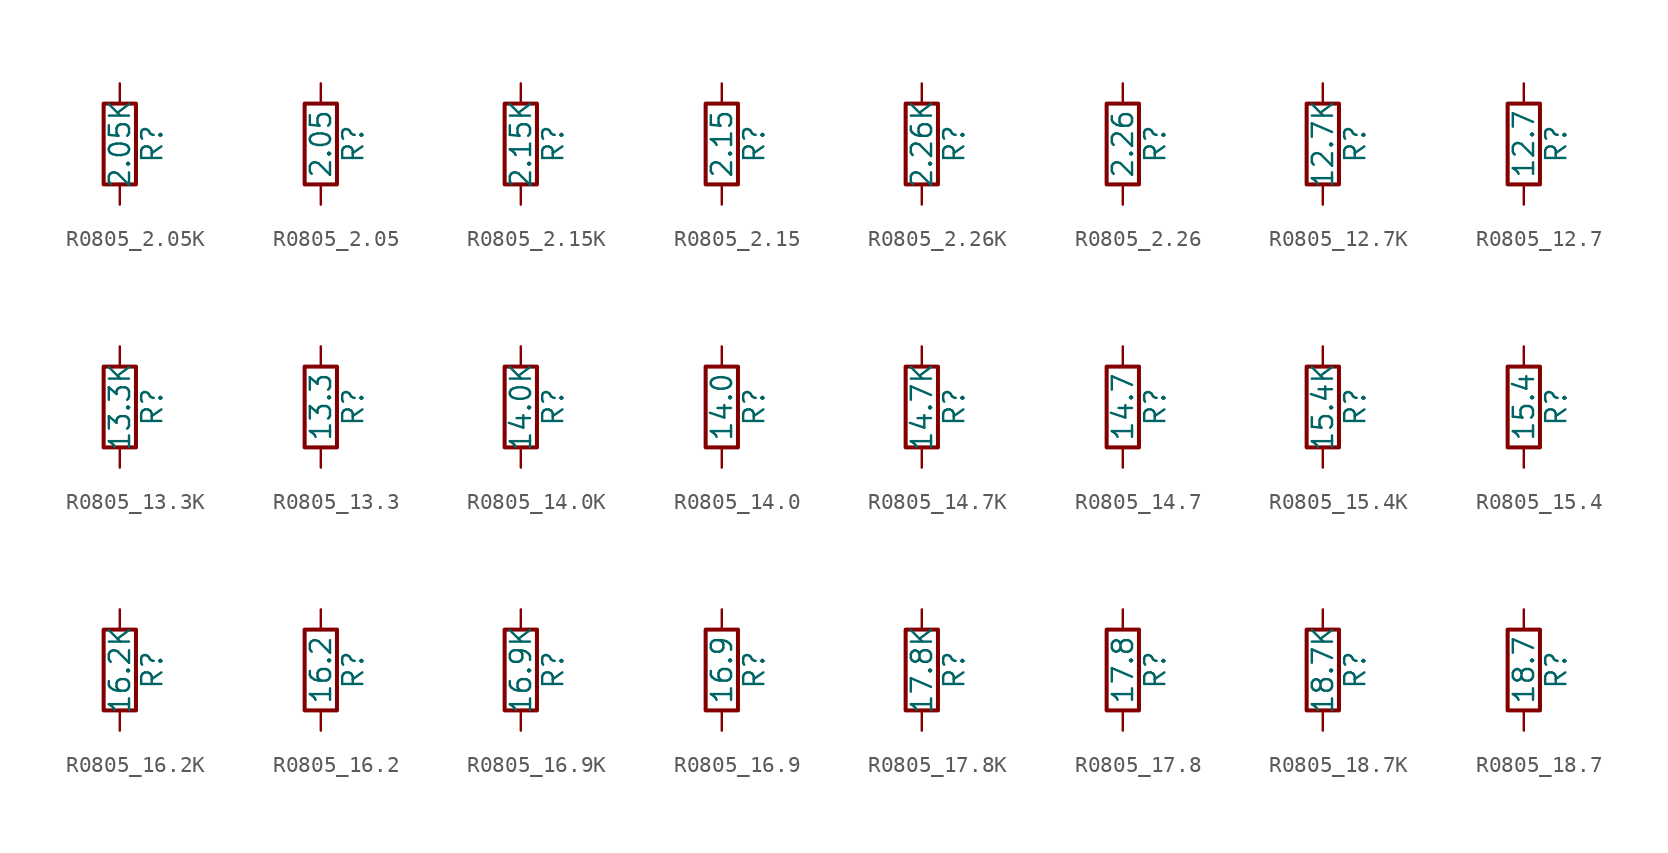
<source format=kicad_sym>
(kicad_symbol_lib
  (version 20211014)
  (generator atlantix-eda)
  (symbol "R0805_2.05K"
    (pin_numbers hide)
    (pin_names
      (offset 0))
    (property "Reference" "R"
      (at 2.032 0 90)
      (effects (font (size 1.27 1.27))))
    (property "Value" "2.05K"
      (at 0 0 90)
      (effects (font (size 1.27 1.27))))
    (symbol "R0805_2.05K_0_1"
      (rectangle (start -1.016 -2.54) (end 1.016 2.54) (stroke (width 0.254) (type default) (color 0 0 0 0)) (fill (type none))))
    (symbol "R0805_2.05K_1_1"
      (pin passive line (at 0 3.81 270) (length 1.27) (name "~" (effects (font (size 1.27 1.27)))) (number "1" (effects (font (size 1.27 1.27)))))
      (pin passive line (at 0 -3.81 90) (length 1.27) (name "~" (effects (font (size 1.27 1.27)))) (number "2" (effects (font (size 1.27 1.27)))))))
  (symbol "R0805_2.05"
    (pin_numbers hide)
    (pin_names
      (offset 0))
    (property "Reference" "R"
      (at 2.032 0 90)
      (effects (font (size 1.27 1.27))))
    (property "Value" "2.05"
      (at 0 0 90)
      (effects (font (size 1.27 1.27))))
    (symbol "R0805_2.05_0_1"
      (rectangle (start -1.016 -2.54) (end 1.016 2.54) (stroke (width 0.254) (type default) (color 0 0 0 0)) (fill (type none))))
    (symbol "R0805_2.05_1_1"
      (pin passive line (at 0 3.81 270) (length 1.27) (name "~" (effects (font (size 1.27 1.27)))) (number "1" (effects (font (size 1.27 1.27)))))
      (pin passive line (at 0 -3.81 90) (length 1.27) (name "~" (effects (font (size 1.27 1.27)))) (number "2" (effects (font (size 1.27 1.27)))))))
  (symbol "R0805_2.15K"
    (pin_numbers hide)
    (pin_names
      (offset 0))
    (property "Reference" "R"
      (at 2.032 0 90)
      (effects (font (size 1.27 1.27))))
    (property "Value" "2.15K"
      (at 0 0 90)
      (effects (font (size 1.27 1.27))))
    (symbol "R0805_2.15K_0_1"
      (rectangle (start -1.016 -2.54) (end 1.016 2.54) (stroke (width 0.254) (type default) (color 0 0 0 0)) (fill (type none))))
    (symbol "R0805_2.15K_1_1"
      (pin passive line (at 0 3.81 270) (length 1.27) (name "~" (effects (font (size 1.27 1.27)))) (number "1" (effects (font (size 1.27 1.27)))))
      (pin passive line (at 0 -3.81 90) (length 1.27) (name "~" (effects (font (size 1.27 1.27)))) (number "2" (effects (font (size 1.27 1.27)))))))
  (symbol "R0805_2.15"
    (pin_numbers hide)
    (pin_names
      (offset 0))
    (property "Reference" "R"
      (at 2.032 0 90)
      (effects (font (size 1.27 1.27))))
    (property "Value" "2.15"
      (at 0 0 90)
      (effects (font (size 1.27 1.27))))
    (symbol "R0805_2.15_0_1"
      (rectangle (start -1.016 -2.54) (end 1.016 2.54) (stroke (width 0.254) (type default) (color 0 0 0 0)) (fill (type none))))
    (symbol "R0805_2.15_1_1"
      (pin passive line (at 0 3.81 270) (length 1.27) (name "~" (effects (font (size 1.27 1.27)))) (number "1" (effects (font (size 1.27 1.27)))))
      (pin passive line (at 0 -3.81 90) (length 1.27) (name "~" (effects (font (size 1.27 1.27)))) (number "2" (effects (font (size 1.27 1.27)))))))
  (symbol "R0805_2.26K"
    (pin_numbers hide)
    (pin_names
      (offset 0))
    (property "Reference" "R"
      (at 2.032 0 90)
      (effects (font (size 1.27 1.27))))
    (property "Value" "2.26K"
      (at 0 0 90)
      (effects (font (size 1.27 1.27))))
    (symbol "R0805_2.26K_0_1"
      (rectangle (start -1.016 -2.54) (end 1.016 2.54) (stroke (width 0.254) (type default) (color 0 0 0 0)) (fill (type none))))
    (symbol "R0805_2.26K_1_1"
      (pin passive line (at 0 3.81 270) (length 1.27) (name "~" (effects (font (size 1.27 1.27)))) (number "1" (effects (font (size 1.27 1.27)))))
      (pin passive line (at 0 -3.81 90) (length 1.27) (name "~" (effects (font (size 1.27 1.27)))) (number "2" (effects (font (size 1.27 1.27)))))))
  (symbol "R0805_2.26"
    (pin_numbers hide)
    (pin_names
      (offset 0))
    (property "Reference" "R"
      (at 2.032 0 90)
      (effects (font (size 1.27 1.27))))
    (property "Value" "2.26"
      (at 0 0 90)
      (effects (font (size 1.27 1.27))))
    (symbol "R0805_2.26_0_1"
      (rectangle (start -1.016 -2.54) (end 1.016 2.54) (stroke (width 0.254) (type default) (color 0 0 0 0)) (fill (type none))))
    (symbol "R0805_2.26_1_1"
      (pin passive line (at 0 3.81 270) (length 1.27) (name "~" (effects (font (size 1.27 1.27)))) (number "1" (effects (font (size 1.27 1.27)))))
      (pin passive line (at 0 -3.81 90) (length 1.27) (name "~" (effects (font (size 1.27 1.27)))) (number "2" (effects (font (size 1.27 1.27)))))))
  (symbol "R0805_12.7K"
    (pin_numbers hide)
    (pin_names
      (offset 0))
    (property "Reference" "R"
      (at 2.032 0 90)
      (effects (font (size 1.27 1.27))))
    (property "Value" "12.7K"
      (at 0 0 90)
      (effects (font (size 1.27 1.27))))
    (symbol "R0805_12.7K_0_1"
      (rectangle (start -1.016 -2.54) (end 1.016 2.54) (stroke (width 0.254) (type default) (color 0 0 0 0)) (fill (type none))))
    (symbol "R0805_12.7K_1_1"
      (pin passive line (at 0 3.81 270) (length 1.27) (name "~" (effects (font (size 1.27 1.27)))) (number "1" (effects (font (size 1.27 1.27)))))
      (pin passive line (at 0 -3.81 90) (length 1.27) (name "~" (effects (font (size 1.27 1.27)))) (number "2" (effects (font (size 1.27 1.27)))))))
  (symbol "R0805_12.7"
    (pin_numbers hide)
    (pin_names
      (offset 0))
    (property "Reference" "R"
      (at 2.032 0 90)
      (effects (font (size 1.27 1.27))))
    (property "Value" "12.7"
      (at 0 0 90)
      (effects (font (size 1.27 1.27))))
    (symbol "R0805_12.7_0_1"
      (rectangle (start -1.016 -2.54) (end 1.016 2.54) (stroke (width 0.254) (type default) (color 0 0 0 0)) (fill (type none))))
    (symbol "R0805_12.7_1_1"
      (pin passive line (at 0 3.81 270) (length 1.27) (name "~" (effects (font (size 1.27 1.27)))) (number "1" (effects (font (size 1.27 1.27)))))
      (pin passive line (at 0 -3.81 90) (length 1.27) (name "~" (effects (font (size 1.27 1.27)))) (number "2" (effects (font (size 1.27 1.27)))))))
  (symbol "R0805_13.3K"
    (pin_numbers hide)
    (pin_names
      (offset 0))
    (property "Reference" "R"
      (at 2.032 0 90)
      (effects (font (size 1.27 1.27))))
    (property "Value" "13.3K"
      (at 0 0 90)
      (effects (font (size 1.27 1.27))))
    (symbol "R0805_13.3K_0_1"
      (rectangle (start -1.016 -2.54) (end 1.016 2.54) (stroke (width 0.254) (type default) (color 0 0 0 0)) (fill (type none))))
    (symbol "R0805_13.3K_1_1"
      (pin passive line (at 0 3.81 270) (length 1.27) (name "~" (effects (font (size 1.27 1.27)))) (number "1" (effects (font (size 1.27 1.27)))))
      (pin passive line (at 0 -3.81 90) (length 1.27) (name "~" (effects (font (size 1.27 1.27)))) (number "2" (effects (font (size 1.27 1.27)))))))
  (symbol "R0805_13.3"
    (pin_numbers hide)
    (pin_names
      (offset 0))
    (property "Reference" "R"
      (at 2.032 0 90)
      (effects (font (size 1.27 1.27))))
    (property "Value" "13.3"
      (at 0 0 90)
      (effects (font (size 1.27 1.27))))
    (symbol "R0805_13.3_0_1"
      (rectangle (start -1.016 -2.54) (end 1.016 2.54) (stroke (width 0.254) (type default) (color 0 0 0 0)) (fill (type none))))
    (symbol "R0805_13.3_1_1"
      (pin passive line (at 0 3.81 270) (length 1.27) (name "~" (effects (font (size 1.27 1.27)))) (number "1" (effects (font (size 1.27 1.27)))))
      (pin passive line (at 0 -3.81 90) (length 1.27) (name "~" (effects (font (size 1.27 1.27)))) (number "2" (effects (font (size 1.27 1.27)))))))
  (symbol "R0805_14.0K"
    (pin_numbers hide)
    (pin_names
      (offset 0))
    (property "Reference" "R"
      (at 2.032 0 90)
      (effects (font (size 1.27 1.27))))
    (property "Value" "14.0K"
      (at 0 0 90)
      (effects (font (size 1.27 1.27))))
    (symbol "R0805_14.0K_0_1"
      (rectangle (start -1.016 -2.54) (end 1.016 2.54) (stroke (width 0.254) (type default) (color 0 0 0 0)) (fill (type none))))
    (symbol "R0805_14.0K_1_1"
      (pin passive line (at 0 3.81 270) (length 1.27) (name "~" (effects (font (size 1.27 1.27)))) (number "1" (effects (font (size 1.27 1.27)))))
      (pin passive line (at 0 -3.81 90) (length 1.27) (name "~" (effects (font (size 1.27 1.27)))) (number "2" (effects (font (size 1.27 1.27)))))))
  (symbol "R0805_14.0"
    (pin_numbers hide)
    (pin_names
      (offset 0))
    (property "Reference" "R"
      (at 2.032 0 90)
      (effects (font (size 1.27 1.27))))
    (property "Value" "14.0"
      (at 0 0 90)
      (effects (font (size 1.27 1.27))))
    (symbol "R0805_14.0_0_1"
      (rectangle (start -1.016 -2.54) (end 1.016 2.54) (stroke (width 0.254) (type default) (color 0 0 0 0)) (fill (type none))))
    (symbol "R0805_14.0_1_1"
      (pin passive line (at 0 3.81 270) (length 1.27) (name "~" (effects (font (size 1.27 1.27)))) (number "1" (effects (font (size 1.27 1.27)))))
      (pin passive line (at 0 -3.81 90) (length 1.27) (name "~" (effects (font (size 1.27 1.27)))) (number "2" (effects (font (size 1.27 1.27)))))))
  (symbol "R0805_14.7K"
    (pin_numbers hide)
    (pin_names
      (offset 0))
    (property "Reference" "R"
      (at 2.032 0 90)
      (effects (font (size 1.27 1.27))))
    (property "Value" "14.7K"
      (at 0 0 90)
      (effects (font (size 1.27 1.27))))
    (symbol "R0805_14.7K_0_1"
      (rectangle (start -1.016 -2.54) (end 1.016 2.54) (stroke (width 0.254) (type default) (color 0 0 0 0)) (fill (type none))))
    (symbol "R0805_14.7K_1_1"
      (pin passive line (at 0 3.81 270) (length 1.27) (name "~" (effects (font (size 1.27 1.27)))) (number "1" (effects (font (size 1.27 1.27)))))
      (pin passive line (at 0 -3.81 90) (length 1.27) (name "~" (effects (font (size 1.27 1.27)))) (number "2" (effects (font (size 1.27 1.27)))))))
  (symbol "R0805_14.7"
    (pin_numbers hide)
    (pin_names
      (offset 0))
    (property "Reference" "R"
      (at 2.032 0 90)
      (effects (font (size 1.27 1.27))))
    (property "Value" "14.7"
      (at 0 0 90)
      (effects (font (size 1.27 1.27))))
    (symbol "R0805_14.7_0_1"
      (rectangle (start -1.016 -2.54) (end 1.016 2.54) (stroke (width 0.254) (type default) (color 0 0 0 0)) (fill (type none))))
    (symbol "R0805_14.7_1_1"
      (pin passive line (at 0 3.81 270) (length 1.27) (name "~" (effects (font (size 1.27 1.27)))) (number "1" (effects (font (size 1.27 1.27)))))
      (pin passive line (at 0 -3.81 90) (length 1.27) (name "~" (effects (font (size 1.27 1.27)))) (number "2" (effects (font (size 1.27 1.27)))))))
  (symbol "R0805_15.4K"
    (pin_numbers hide)
    (pin_names
      (offset 0))
    (property "Reference" "R"
      (at 2.032 0 90)
      (effects (font (size 1.27 1.27))))
    (property "Value" "15.4K"
      (at 0 0 90)
      (effects (font (size 1.27 1.27))))
    (symbol "R0805_15.4K_0_1"
      (rectangle (start -1.016 -2.54) (end 1.016 2.54) (stroke (width 0.254) (type default) (color 0 0 0 0)) (fill (type none))))
    (symbol "R0805_15.4K_1_1"
      (pin passive line (at 0 3.81 270) (length 1.27) (name "~" (effects (font (size 1.27 1.27)))) (number "1" (effects (font (size 1.27 1.27)))))
      (pin passive line (at 0 -3.81 90) (length 1.27) (name "~" (effects (font (size 1.27 1.27)))) (number "2" (effects (font (size 1.27 1.27)))))))
  (symbol "R0805_15.4"
    (pin_numbers hide)
    (pin_names
      (offset 0))
    (property "Reference" "R"
      (at 2.032 0 90)
      (effects (font (size 1.27 1.27))))
    (property "Value" "15.4"
      (at 0 0 90)
      (effects (font (size 1.27 1.27))))
    (symbol "R0805_15.4_0_1"
      (rectangle (start -1.016 -2.54) (end 1.016 2.54) (stroke (width 0.254) (type default) (color 0 0 0 0)) (fill (type none))))
    (symbol "R0805_15.4_1_1"
      (pin passive line (at 0 3.81 270) (length 1.27) (name "~" (effects (font (size 1.27 1.27)))) (number "1" (effects (font (size 1.27 1.27)))))
      (pin passive line (at 0 -3.81 90) (length 1.27) (name "~" (effects (font (size 1.27 1.27)))) (number "2" (effects (font (size 1.27 1.27)))))))
  (symbol "R0805_16.2K"
    (pin_numbers hide)
    (pin_names
      (offset 0))
    (property "Reference" "R"
      (at 2.032 0 90)
      (effects (font (size 1.27 1.27))))
    (property "Value" "16.2K"
      (at 0 0 90)
      (effects (font (size 1.27 1.27))))
    (symbol "R0805_16.2K_0_1"
      (rectangle (start -1.016 -2.54) (end 1.016 2.54) (stroke (width 0.254) (type default) (color 0 0 0 0)) (fill (type none))))
    (symbol "R0805_16.2K_1_1"
      (pin passive line (at 0 3.81 270) (length 1.27) (name "~" (effects (font (size 1.27 1.27)))) (number "1" (effects (font (size 1.27 1.27)))))
      (pin passive line (at 0 -3.81 90) (length 1.27) (name "~" (effects (font (size 1.27 1.27)))) (number "2" (effects (font (size 1.27 1.27)))))))
  (symbol "R0805_16.2"
    (pin_numbers hide)
    (pin_names
      (offset 0))
    (property "Reference" "R"
      (at 2.032 0 90)
      (effects (font (size 1.27 1.27))))
    (property "Value" "16.2"
      (at 0 0 90)
      (effects (font (size 1.27 1.27))))
    (symbol "R0805_16.2_0_1"
      (rectangle (start -1.016 -2.54) (end 1.016 2.54) (stroke (width 0.254) (type default) (color 0 0 0 0)) (fill (type none))))
    (symbol "R0805_16.2_1_1"
      (pin passive line (at 0 3.81 270) (length 1.27) (name "~" (effects (font (size 1.27 1.27)))) (number "1" (effects (font (size 1.27 1.27)))))
      (pin passive line (at 0 -3.81 90) (length 1.27) (name "~" (effects (font (size 1.27 1.27)))) (number "2" (effects (font (size 1.27 1.27)))))))
  (symbol "R0805_16.9K"
    (pin_numbers hide)
    (pin_names
      (offset 0))
    (property "Reference" "R"
      (at 2.032 0 90)
      (effects (font (size 1.27 1.27))))
    (property "Value" "16.9K"
      (at 0 0 90)
      (effects (font (size 1.27 1.27))))
    (symbol "R0805_16.9K_0_1"
      (rectangle (start -1.016 -2.54) (end 1.016 2.54) (stroke (width 0.254) (type default) (color 0 0 0 0)) (fill (type none))))
    (symbol "R0805_16.9K_1_1"
      (pin passive line (at 0 3.81 270) (length 1.27) (name "~" (effects (font (size 1.27 1.27)))) (number "1" (effects (font (size 1.27 1.27)))))
      (pin passive line (at 0 -3.81 90) (length 1.27) (name "~" (effects (font (size 1.27 1.27)))) (number "2" (effects (font (size 1.27 1.27)))))))
  (symbol "R0805_16.9"
    (pin_numbers hide)
    (pin_names
      (offset 0))
    (property "Reference" "R"
      (at 2.032 0 90)
      (effects (font (size 1.27 1.27))))
    (property "Value" "16.9"
      (at 0 0 90)
      (effects (font (size 1.27 1.27))))
    (symbol "R0805_16.9_0_1"
      (rectangle (start -1.016 -2.54) (end 1.016 2.54) (stroke (width 0.254) (type default) (color 0 0 0 0)) (fill (type none))))
    (symbol "R0805_16.9_1_1"
      (pin passive line (at 0 3.81 270) (length 1.27) (name "~" (effects (font (size 1.27 1.27)))) (number "1" (effects (font (size 1.27 1.27)))))
      (pin passive line (at 0 -3.81 90) (length 1.27) (name "~" (effects (font (size 1.27 1.27)))) (number "2" (effects (font (size 1.27 1.27)))))))
  (symbol "R0805_17.8K"
    (pin_numbers hide)
    (pin_names
      (offset 0))
    (property "Reference" "R"
      (at 2.032 0 90)
      (effects (font (size 1.27 1.27))))
    (property "Value" "17.8K"
      (at 0 0 90)
      (effects (font (size 1.27 1.27))))
    (symbol "R0805_17.8K_0_1"
      (rectangle (start -1.016 -2.54) (end 1.016 2.54) (stroke (width 0.254) (type default) (color 0 0 0 0)) (fill (type none))))
    (symbol "R0805_17.8K_1_1"
      (pin passive line (at 0 3.81 270) (length 1.27) (name "~" (effects (font (size 1.27 1.27)))) (number "1" (effects (font (size 1.27 1.27)))))
      (pin passive line (at 0 -3.81 90) (length 1.27) (name "~" (effects (font (size 1.27 1.27)))) (number "2" (effects (font (size 1.27 1.27)))))))
  (symbol "R0805_17.8"
    (pin_numbers hide)
    (pin_names
      (offset 0))
    (property "Reference" "R"
      (at 2.032 0 90)
      (effects (font (size 1.27 1.27))))
    (property "Value" "17.8"
      (at 0 0 90)
      (effects (font (size 1.27 1.27))))
    (symbol "R0805_17.8_0_1"
      (rectangle (start -1.016 -2.54) (end 1.016 2.54) (stroke (width 0.254) (type default) (color 0 0 0 0)) (fill (type none))))
    (symbol "R0805_17.8_1_1"
      (pin passive line (at 0 3.81 270) (length 1.27) (name "~" (effects (font (size 1.27 1.27)))) (number "1" (effects (font (size 1.27 1.27)))))
      (pin passive line (at 0 -3.81 90) (length 1.27) (name "~" (effects (font (size 1.27 1.27)))) (number "2" (effects (font (size 1.27 1.27)))))))
  (symbol "R0805_18.7K"
    (pin_numbers hide)
    (pin_names
      (offset 0))
    (property "Reference" "R"
      (at 2.032 0 90)
      (effects (font (size 1.27 1.27))))
    (property "Value" "18.7K"
      (at 0 0 90)
      (effects (font (size 1.27 1.27))))
    (symbol "R0805_18.7K_0_1"
      (rectangle (start -1.016 -2.54) (end 1.016 2.54) (stroke (width 0.254) (type default) (color 0 0 0 0)) (fill (type none))))
    (symbol "R0805_18.7K_1_1"
      (pin passive line (at 0 3.81 270) (length 1.27) (name "~" (effects (font (size 1.27 1.27)))) (number "1" (effects (font (size 1.27 1.27)))))
      (pin passive line (at 0 -3.81 90) (length 1.27) (name "~" (effects (font (size 1.27 1.27)))) (number "2" (effects (font (size 1.27 1.27)))))))
  (symbol "R0805_18.7"
    (pin_numbers hide)
    (pin_names
      (offset 0))
    (property "Reference" "R"
      (at 2.032 0 90)
      (effects (font (size 1.27 1.27))))
    (property "Value" "18.7"
      (at 0 0 90)
      (effects (font (size 1.27 1.27))))
    (symbol "R0805_18.7_0_1"
      (rectangle (start -1.016 -2.54) (end 1.016 2.54) (stroke (width 0.254) (type default) (color 0 0 0 0)) (fill (type none))))
    (symbol "R0805_18.7_1_1"
      (pin passive line (at 0 3.81 270) (length 1.27) (name "~" (effects (font (size 1.27 1.27)))) (number "1" (effects (font (size 1.27 1.27)))))
      (pin passive line (at 0 -3.81 90) (length 1.27) (name "~" (effects (font (size 1.27 1.27)))) (number "2" (effects (font (size 1.27 1.27))))))))
</source>
